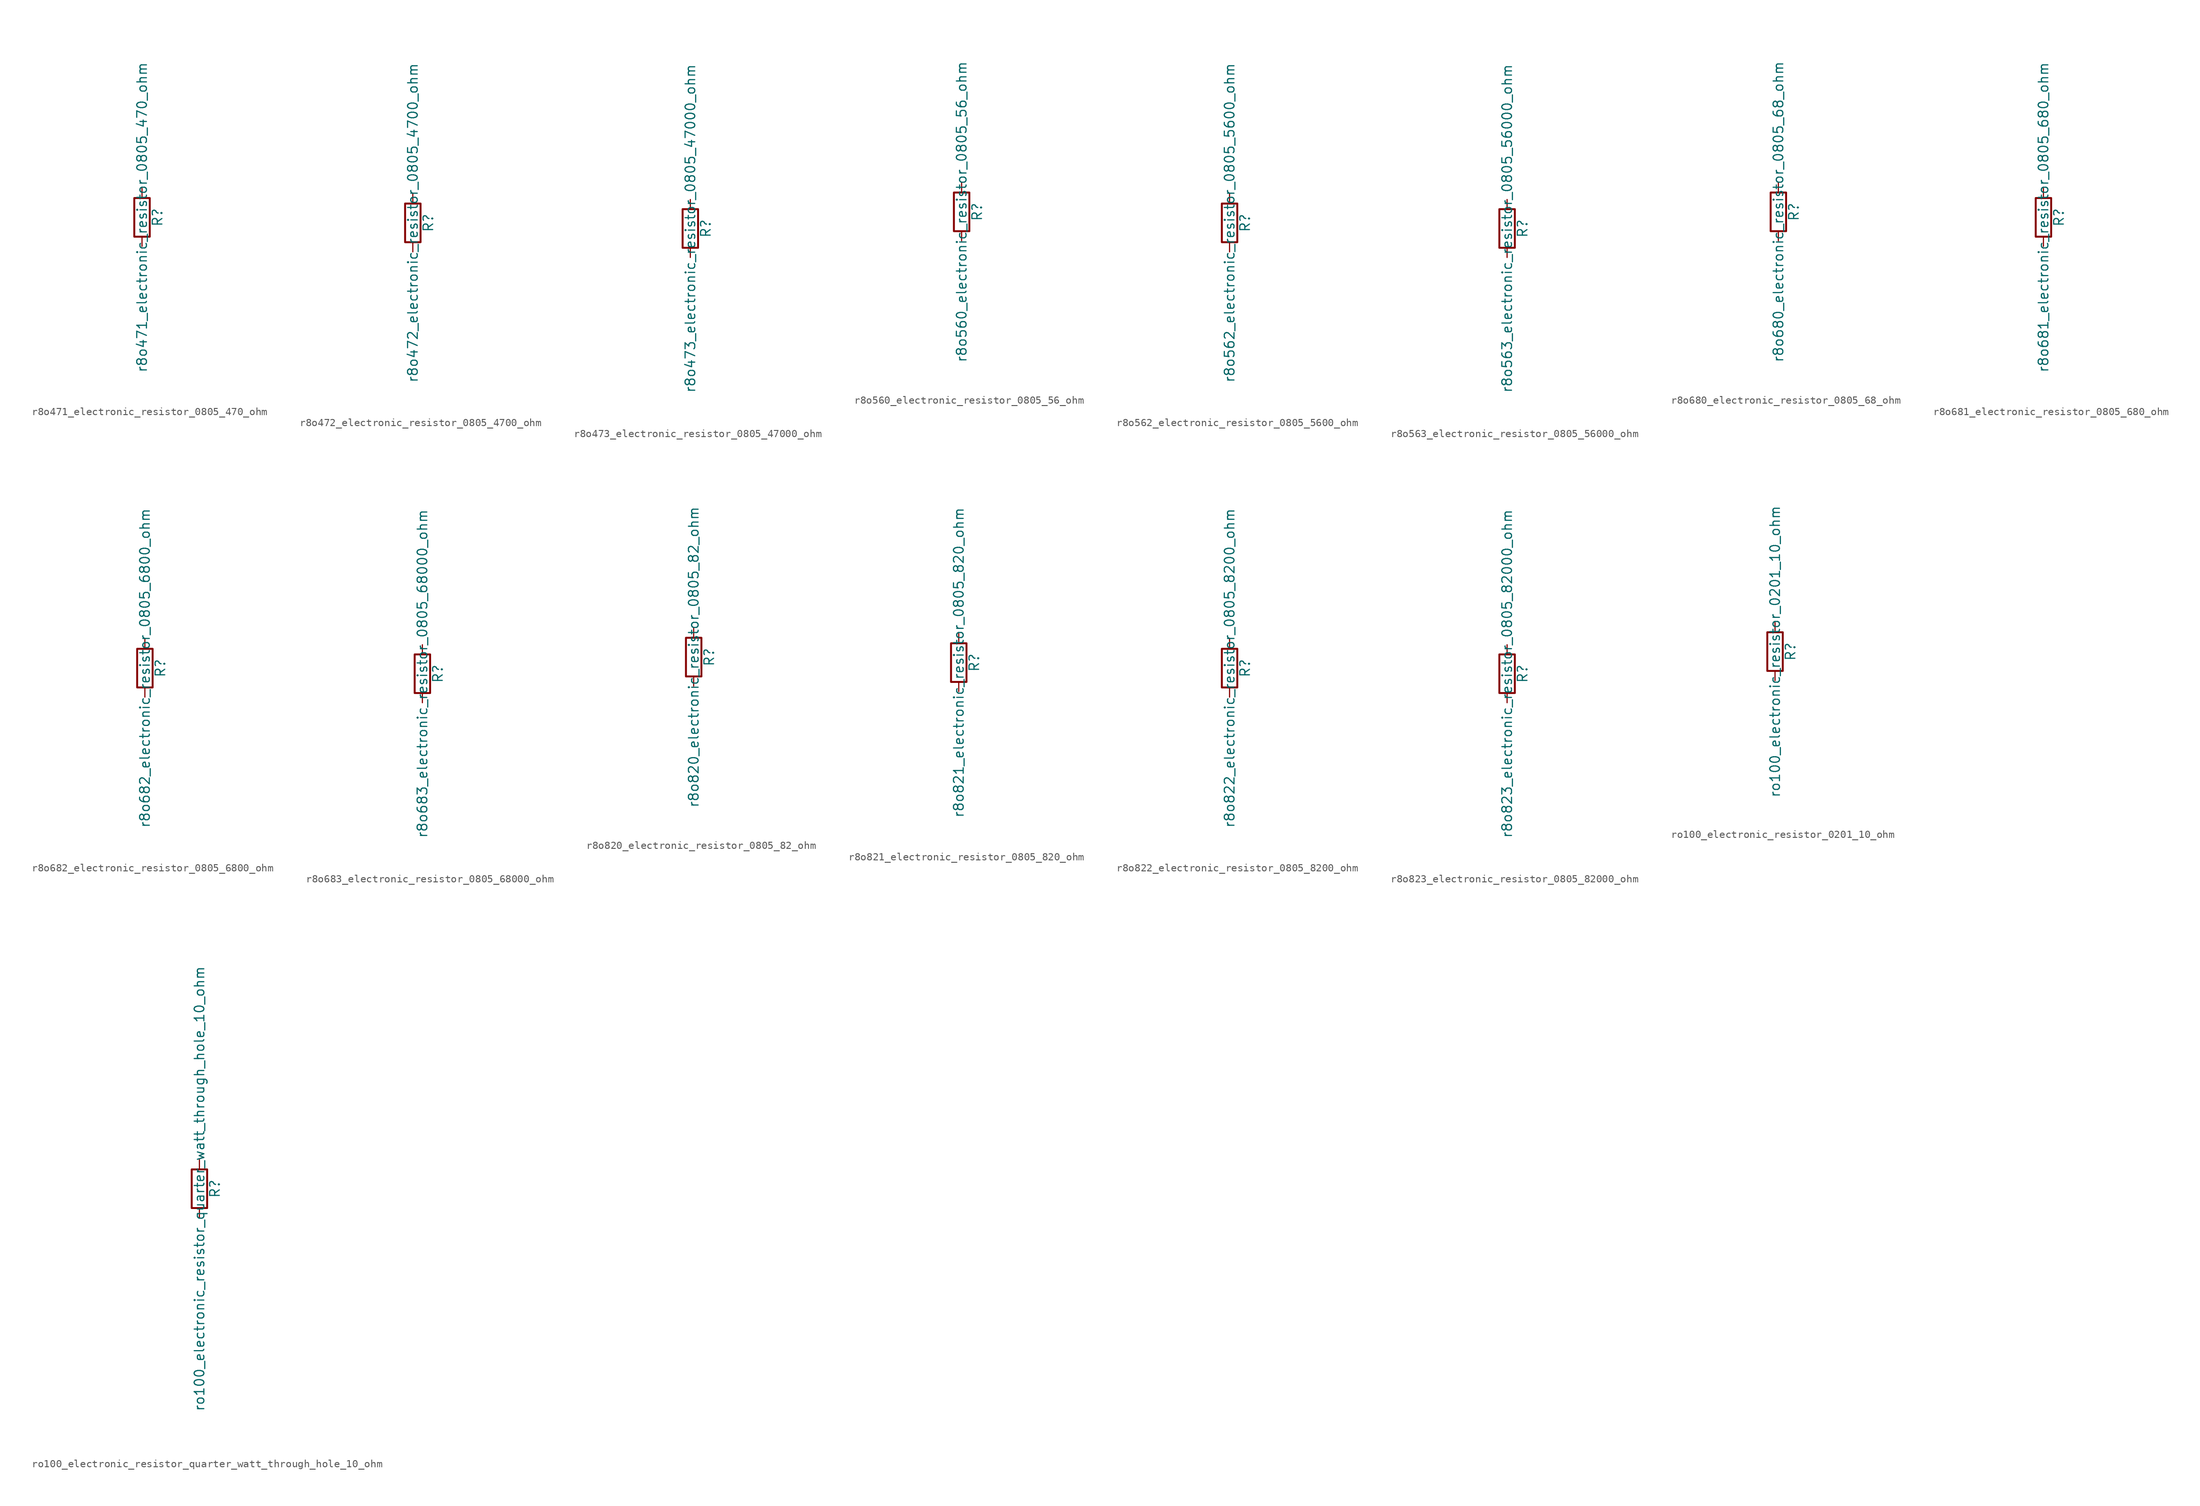
<source format=kicad_sym>
(kicad_symbol_lib
  (version 20220914)
  (generator kicad_symbol_editor)
  (symbol "r8o471_electronic_resistor_0805_470_ohm"
    (pin_numbers hide)
    (pin_names
      (offset 0))
    (property "Reference" "R"
      (at 2.032 0 90)
      (effects (font (size 1.27 1.27))))
    (property "Value" "r8o471_electronic_resistor_0805_470_ohm"
      (at 0 0 90)
      (effects (font (size 1.27 1.27))))
    (symbol "r8o471_electronic_resistor_0805_470_ohm_0_1"
      (rectangle (start -1.016 -2.54) (end 1.016 2.54) (stroke (width 0.254) (type default)) (fill (type none))))
    (symbol "r8o471_electronic_resistor_0805_470_ohm_1_1"
      (pin passive line (at 0 3.81 270) (length 1.27) (name "~" (effects (font (size 1.27 1.27)))) (number "1" (effects (font (size 1.27 1.27)))))
      (pin passive line (at 0 -3.81 90) (length 1.27) (name "~" (effects (font (size 1.27 1.27)))) (number "2" (effects (font (size 1.27 1.27)))))))
  (symbol "r8o472_electronic_resistor_0805_4700_ohm"
    (pin_numbers hide)
    (pin_names
      (offset 0))
    (property "Reference" "R"
      (at 2.032 0 90)
      (effects (font (size 1.27 1.27))))
    (property "Value" "r8o472_electronic_resistor_0805_4700_ohm"
      (at 0 0 90)
      (effects (font (size 1.27 1.27))))
    (symbol "r8o472_electronic_resistor_0805_4700_ohm_0_1"
      (rectangle (start -1.016 -2.54) (end 1.016 2.54) (stroke (width 0.254) (type default)) (fill (type none))))
    (symbol "r8o472_electronic_resistor_0805_4700_ohm_1_1"
      (pin passive line (at 0 3.81 270) (length 1.27) (name "~" (effects (font (size 1.27 1.27)))) (number "1" (effects (font (size 1.27 1.27)))))
      (pin passive line (at 0 -3.81 90) (length 1.27) (name "~" (effects (font (size 1.27 1.27)))) (number "2" (effects (font (size 1.27 1.27)))))))
  (symbol "r8o473_electronic_resistor_0805_47000_ohm"
    (pin_numbers hide)
    (pin_names
      (offset 0))
    (property "Reference" "R"
      (at 2.032 0 90)
      (effects (font (size 1.27 1.27))))
    (property "Value" "r8o473_electronic_resistor_0805_47000_ohm"
      (at 0 0 90)
      (effects (font (size 1.27 1.27))))
    (symbol "r8o473_electronic_resistor_0805_47000_ohm_0_1"
      (rectangle (start -1.016 -2.54) (end 1.016 2.54) (stroke (width 0.254) (type default)) (fill (type none))))
    (symbol "r8o473_electronic_resistor_0805_47000_ohm_1_1"
      (pin passive line (at 0 3.81 270) (length 1.27) (name "~" (effects (font (size 1.27 1.27)))) (number "1" (effects (font (size 1.27 1.27)))))
      (pin passive line (at 0 -3.81 90) (length 1.27) (name "~" (effects (font (size 1.27 1.27)))) (number "2" (effects (font (size 1.27 1.27)))))))
  (symbol "r8o560_electronic_resistor_0805_56_ohm"
    (pin_numbers hide)
    (pin_names
      (offset 0))
    (property "Reference" "R"
      (at 2.032 0 90)
      (effects (font (size 1.27 1.27))))
    (property "Value" "r8o560_electronic_resistor_0805_56_ohm"
      (at 0 0 90)
      (effects (font (size 1.27 1.27))))
    (symbol "r8o560_electronic_resistor_0805_56_ohm_0_1"
      (rectangle (start -1.016 -2.54) (end 1.016 2.54) (stroke (width 0.254) (type default)) (fill (type none))))
    (symbol "r8o560_electronic_resistor_0805_56_ohm_1_1"
      (pin passive line (at 0 3.81 270) (length 1.27) (name "~" (effects (font (size 1.27 1.27)))) (number "1" (effects (font (size 1.27 1.27)))))
      (pin passive line (at 0 -3.81 90) (length 1.27) (name "~" (effects (font (size 1.27 1.27)))) (number "2" (effects (font (size 1.27 1.27)))))))
  (symbol "r8o562_electronic_resistor_0805_5600_ohm"
    (pin_numbers hide)
    (pin_names
      (offset 0))
    (property "Reference" "R"
      (at 2.032 0 90)
      (effects (font (size 1.27 1.27))))
    (property "Value" "r8o562_electronic_resistor_0805_5600_ohm"
      (at 0 0 90)
      (effects (font (size 1.27 1.27))))
    (symbol "r8o562_electronic_resistor_0805_5600_ohm_0_1"
      (rectangle (start -1.016 -2.54) (end 1.016 2.54) (stroke (width 0.254) (type default)) (fill (type none))))
    (symbol "r8o562_electronic_resistor_0805_5600_ohm_1_1"
      (pin passive line (at 0 3.81 270) (length 1.27) (name "~" (effects (font (size 1.27 1.27)))) (number "1" (effects (font (size 1.27 1.27)))))
      (pin passive line (at 0 -3.81 90) (length 1.27) (name "~" (effects (font (size 1.27 1.27)))) (number "2" (effects (font (size 1.27 1.27)))))))
  (symbol "r8o563_electronic_resistor_0805_56000_ohm"
    (pin_numbers hide)
    (pin_names
      (offset 0))
    (property "Reference" "R"
      (at 2.032 0 90)
      (effects (font (size 1.27 1.27))))
    (property "Value" "r8o563_electronic_resistor_0805_56000_ohm"
      (at 0 0 90)
      (effects (font (size 1.27 1.27))))
    (symbol "r8o563_electronic_resistor_0805_56000_ohm_0_1"
      (rectangle (start -1.016 -2.54) (end 1.016 2.54) (stroke (width 0.254) (type default)) (fill (type none))))
    (symbol "r8o563_electronic_resistor_0805_56000_ohm_1_1"
      (pin passive line (at 0 3.81 270) (length 1.27) (name "~" (effects (font (size 1.27 1.27)))) (number "1" (effects (font (size 1.27 1.27)))))
      (pin passive line (at 0 -3.81 90) (length 1.27) (name "~" (effects (font (size 1.27 1.27)))) (number "2" (effects (font (size 1.27 1.27)))))))
  (symbol "r8o680_electronic_resistor_0805_68_ohm"
    (pin_numbers hide)
    (pin_names
      (offset 0))
    (property "Reference" "R"
      (at 2.032 0 90)
      (effects (font (size 1.27 1.27))))
    (property "Value" "r8o680_electronic_resistor_0805_68_ohm"
      (at 0 0 90)
      (effects (font (size 1.27 1.27))))
    (symbol "r8o680_electronic_resistor_0805_68_ohm_0_1"
      (rectangle (start -1.016 -2.54) (end 1.016 2.54) (stroke (width 0.254) (type default)) (fill (type none))))
    (symbol "r8o680_electronic_resistor_0805_68_ohm_1_1"
      (pin passive line (at 0 3.81 270) (length 1.27) (name "~" (effects (font (size 1.27 1.27)))) (number "1" (effects (font (size 1.27 1.27)))))
      (pin passive line (at 0 -3.81 90) (length 1.27) (name "~" (effects (font (size 1.27 1.27)))) (number "2" (effects (font (size 1.27 1.27)))))))
  (symbol "r8o681_electronic_resistor_0805_680_ohm"
    (pin_numbers hide)
    (pin_names
      (offset 0))
    (property "Reference" "R"
      (at 2.032 0 90)
      (effects (font (size 1.27 1.27))))
    (property "Value" "r8o681_electronic_resistor_0805_680_ohm"
      (at 0 0 90)
      (effects (font (size 1.27 1.27))))
    (symbol "r8o681_electronic_resistor_0805_680_ohm_0_1"
      (rectangle (start -1.016 -2.54) (end 1.016 2.54) (stroke (width 0.254) (type default)) (fill (type none))))
    (symbol "r8o681_electronic_resistor_0805_680_ohm_1_1"
      (pin passive line (at 0 3.81 270) (length 1.27) (name "~" (effects (font (size 1.27 1.27)))) (number "1" (effects (font (size 1.27 1.27)))))
      (pin passive line (at 0 -3.81 90) (length 1.27) (name "~" (effects (font (size 1.27 1.27)))) (number "2" (effects (font (size 1.27 1.27)))))))
  (symbol "r8o682_electronic_resistor_0805_6800_ohm"
    (pin_numbers hide)
    (pin_names
      (offset 0))
    (property "Reference" "R"
      (at 2.032 0 90)
      (effects (font (size 1.27 1.27))))
    (property "Value" "r8o682_electronic_resistor_0805_6800_ohm"
      (at 0 0 90)
      (effects (font (size 1.27 1.27))))
    (symbol "r8o682_electronic_resistor_0805_6800_ohm_0_1"
      (rectangle (start -1.016 -2.54) (end 1.016 2.54) (stroke (width 0.254) (type default)) (fill (type none))))
    (symbol "r8o682_electronic_resistor_0805_6800_ohm_1_1"
      (pin passive line (at 0 3.81 270) (length 1.27) (name "~" (effects (font (size 1.27 1.27)))) (number "1" (effects (font (size 1.27 1.27)))))
      (pin passive line (at 0 -3.81 90) (length 1.27) (name "~" (effects (font (size 1.27 1.27)))) (number "2" (effects (font (size 1.27 1.27)))))))
  (symbol "r8o683_electronic_resistor_0805_68000_ohm"
    (pin_numbers hide)
    (pin_names
      (offset 0))
    (property "Reference" "R"
      (at 2.032 0 90)
      (effects (font (size 1.27 1.27))))
    (property "Value" "r8o683_electronic_resistor_0805_68000_ohm"
      (at 0 0 90)
      (effects (font (size 1.27 1.27))))
    (symbol "r8o683_electronic_resistor_0805_68000_ohm_0_1"
      (rectangle (start -1.016 -2.54) (end 1.016 2.54) (stroke (width 0.254) (type default)) (fill (type none))))
    (symbol "r8o683_electronic_resistor_0805_68000_ohm_1_1"
      (pin passive line (at 0 3.81 270) (length 1.27) (name "~" (effects (font (size 1.27 1.27)))) (number "1" (effects (font (size 1.27 1.27)))))
      (pin passive line (at 0 -3.81 90) (length 1.27) (name "~" (effects (font (size 1.27 1.27)))) (number "2" (effects (font (size 1.27 1.27)))))))
  (symbol "r8o820_electronic_resistor_0805_82_ohm"
    (pin_numbers hide)
    (pin_names
      (offset 0))
    (property "Reference" "R"
      (at 2.032 0 90)
      (effects (font (size 1.27 1.27))))
    (property "Value" "r8o820_electronic_resistor_0805_82_ohm"
      (at 0 0 90)
      (effects (font (size 1.27 1.27))))
    (symbol "r8o820_electronic_resistor_0805_82_ohm_0_1"
      (rectangle (start -1.016 -2.54) (end 1.016 2.54) (stroke (width 0.254) (type default)) (fill (type none))))
    (symbol "r8o820_electronic_resistor_0805_82_ohm_1_1"
      (pin passive line (at 0 3.81 270) (length 1.27) (name "~" (effects (font (size 1.27 1.27)))) (number "1" (effects (font (size 1.27 1.27)))))
      (pin passive line (at 0 -3.81 90) (length 1.27) (name "~" (effects (font (size 1.27 1.27)))) (number "2" (effects (font (size 1.27 1.27)))))))
  (symbol "r8o821_electronic_resistor_0805_820_ohm"
    (pin_numbers hide)
    (pin_names
      (offset 0))
    (property "Reference" "R"
      (at 2.032 0 90)
      (effects (font (size 1.27 1.27))))
    (property "Value" "r8o821_electronic_resistor_0805_820_ohm"
      (at 0 0 90)
      (effects (font (size 1.27 1.27))))
    (symbol "r8o821_electronic_resistor_0805_820_ohm_0_1"
      (rectangle (start -1.016 -2.54) (end 1.016 2.54) (stroke (width 0.254) (type default)) (fill (type none))))
    (symbol "r8o821_electronic_resistor_0805_820_ohm_1_1"
      (pin passive line (at 0 3.81 270) (length 1.27) (name "~" (effects (font (size 1.27 1.27)))) (number "1" (effects (font (size 1.27 1.27)))))
      (pin passive line (at 0 -3.81 90) (length 1.27) (name "~" (effects (font (size 1.27 1.27)))) (number "2" (effects (font (size 1.27 1.27)))))))
  (symbol "r8o822_electronic_resistor_0805_8200_ohm"
    (pin_numbers hide)
    (pin_names
      (offset 0))
    (property "Reference" "R"
      (at 2.032 0 90)
      (effects (font (size 1.27 1.27))))
    (property "Value" "r8o822_electronic_resistor_0805_8200_ohm"
      (at 0 0 90)
      (effects (font (size 1.27 1.27))))
    (symbol "r8o822_electronic_resistor_0805_8200_ohm_0_1"
      (rectangle (start -1.016 -2.54) (end 1.016 2.54) (stroke (width 0.254) (type default)) (fill (type none))))
    (symbol "r8o822_electronic_resistor_0805_8200_ohm_1_1"
      (pin passive line (at 0 3.81 270) (length 1.27) (name "~" (effects (font (size 1.27 1.27)))) (number "1" (effects (font (size 1.27 1.27)))))
      (pin passive line (at 0 -3.81 90) (length 1.27) (name "~" (effects (font (size 1.27 1.27)))) (number "2" (effects (font (size 1.27 1.27)))))))
  (symbol "r8o823_electronic_resistor_0805_82000_ohm"
    (pin_numbers hide)
    (pin_names
      (offset 0))
    (property "Reference" "R"
      (at 2.032 0 90)
      (effects (font (size 1.27 1.27))))
    (property "Value" "r8o823_electronic_resistor_0805_82000_ohm"
      (at 0 0 90)
      (effects (font (size 1.27 1.27))))
    (symbol "r8o823_electronic_resistor_0805_82000_ohm_0_1"
      (rectangle (start -1.016 -2.54) (end 1.016 2.54) (stroke (width 0.254) (type default)) (fill (type none))))
    (symbol "r8o823_electronic_resistor_0805_82000_ohm_1_1"
      (pin passive line (at 0 3.81 270) (length 1.27) (name "~" (effects (font (size 1.27 1.27)))) (number "1" (effects (font (size 1.27 1.27)))))
      (pin passive line (at 0 -3.81 90) (length 1.27) (name "~" (effects (font (size 1.27 1.27)))) (number "2" (effects (font (size 1.27 1.27)))))))
  (symbol "ro100_electronic_resistor_0201_10_ohm"
    (pin_numbers hide)
    (pin_names
      (offset 0))
    (property "Reference" "R"
      (at 2.032 0 90)
      (effects (font (size 1.27 1.27))))
    (property "Value" "ro100_electronic_resistor_0201_10_ohm"
      (at 0 0 90)
      (effects (font (size 1.27 1.27))))
    (symbol "ro100_electronic_resistor_0201_10_ohm_0_1"
      (rectangle (start -1.016 -2.54) (end 1.016 2.54) (stroke (width 0.254) (type default)) (fill (type none))))
    (symbol "ro100_electronic_resistor_0201_10_ohm_1_1"
      (pin passive line (at 0 3.81 270) (length 1.27) (name "~" (effects (font (size 1.27 1.27)))) (number "1" (effects (font (size 1.27 1.27)))))
      (pin passive line (at 0 -3.81 90) (length 1.27) (name "~" (effects (font (size 1.27 1.27)))) (number "2" (effects (font (size 1.27 1.27)))))))
  (symbol "ro100_electronic_resistor_quarter_watt_through_hole_10_ohm"
    (pin_numbers hide)
    (pin_names
      (offset 0))
    (property "Reference" "R"
      (at 2.032 0 90)
      (effects (font (size 1.27 1.27))))
    (property "Value" "ro100_electronic_resistor_quarter_watt_through_hole_10_ohm"
      (at 0 0 90)
      (effects (font (size 1.27 1.27))))
    (symbol "ro100_electronic_resistor_quarter_watt_through_hole_10_ohm_0_1"
      (rectangle (start -1.016 -2.54) (end 1.016 2.54) (stroke (width 0.254) (type default)) (fill (type none))))
    (symbol "ro100_electronic_resistor_quarter_watt_through_hole_10_ohm_1_1"
      (pin passive line (at 0 3.81 270) (length 1.27) (name "~" (effects (font (size 1.27 1.27)))) (number "1" (effects (font (size 1.27 1.27)))))
      (pin passive line (at 0 -3.81 90) (length 1.27) (name "~" (effects (font (size 1.27 1.27)))) (number "2" (effects (font (size 1.27 1.27))))))))
</source>
